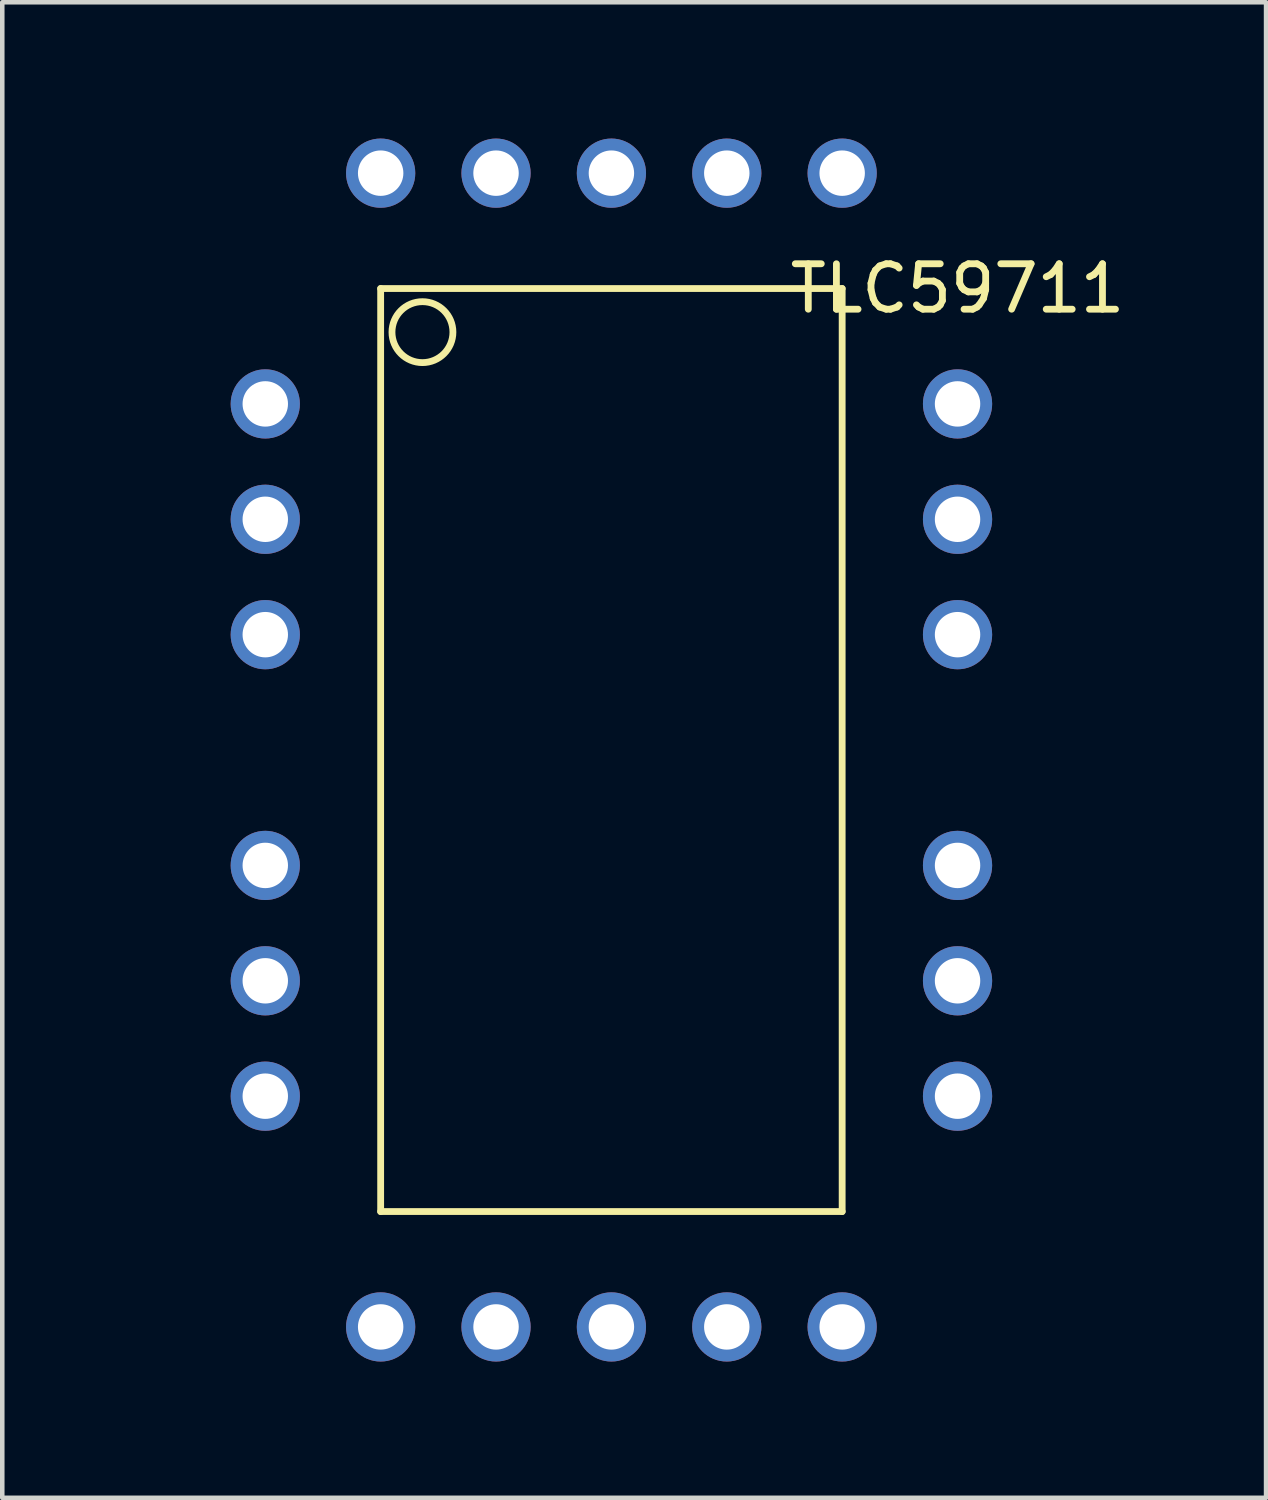
<source format=kicad_pcb>
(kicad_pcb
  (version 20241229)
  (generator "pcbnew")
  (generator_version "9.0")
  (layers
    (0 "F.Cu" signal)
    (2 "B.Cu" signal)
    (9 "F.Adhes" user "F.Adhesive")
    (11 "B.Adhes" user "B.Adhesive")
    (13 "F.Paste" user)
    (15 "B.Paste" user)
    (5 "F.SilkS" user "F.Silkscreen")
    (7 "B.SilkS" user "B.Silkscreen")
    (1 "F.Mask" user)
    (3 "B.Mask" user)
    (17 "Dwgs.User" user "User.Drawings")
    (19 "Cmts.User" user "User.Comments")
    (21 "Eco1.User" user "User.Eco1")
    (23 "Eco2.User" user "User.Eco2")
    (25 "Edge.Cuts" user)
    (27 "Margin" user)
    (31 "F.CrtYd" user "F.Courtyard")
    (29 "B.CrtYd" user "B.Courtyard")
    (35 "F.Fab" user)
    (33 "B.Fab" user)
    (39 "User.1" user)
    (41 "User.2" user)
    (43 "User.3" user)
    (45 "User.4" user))
  (footprint "TLC59711"
    (layer "F.Cu")
    (at 0.25 26.162)
    (property "Reference" "TLC59711" (at 17.78 -22.86 0) (layer "F.SilkS") (effects (font (size 1 1) (thickness 0.15))))
    (attr through_hole)
    (fp_line (start 5.08 -22.86) (end 5.08 -2.54) (stroke (width 0.15) (type solid)) (layer "F.SilkS"))
    (fp_line (start 5.08 -2.54) (end 15.24 -2.54) (stroke (width 0.15) (type solid)) (layer "F.SilkS"))
    (fp_line (start 15.24 -22.86) (end 5.08 -22.86) (stroke (width 0.15) (type solid)) (layer "F.SilkS"))
    (fp_line (start 15.24 -2.54) (end 15.24 -22.86) (stroke (width 0.15) (type solid)) (layer "F.SilkS"))
    (fp_circle (center 6 -21.9) (end 6.6 -21.6) (stroke (width 0.15) (type solid)) (fill no) (layer "F.SilkS"))
    (pad "1" thru_hole circle (at 2.54 -20.32) (size 1.524 1.524) (drill 1) (layers "*.Cu" "*.Mask"))
    (pad "2" thru_hole circle (at 2.54 -17.78) (size 1.524 1.524) (drill 1) (layers "*.Cu" "*.Mask"))
    (pad "3" thru_hole circle (at 2.54 -15.24) (size 1.524 1.524) (drill 1) (layers "*.Cu" "*.Mask"))
    (pad "4" thru_hole circle (at 2.54 -10.16) (size 1.524 1.524) (drill 1) (layers "*.Cu" "*.Mask"))
    (pad "5" thru_hole circle (at 2.54 -7.62) (size 1.524 1.524) (drill 1) (layers "*.Cu" "*.Mask"))
    (pad "6" thru_hole circle (at 2.54 -5.08) (size 1.524 1.524) (drill 1) (layers "*.Cu" "*.Mask"))
    (pad "7" thru_hole circle (at 17.78 -5.08) (size 1.524 1.524) (drill 1) (layers "*.Cu" "*.Mask"))
    (pad "8" thru_hole circle (at 17.78 -7.62) (size 1.524 1.524) (drill 1) (layers "*.Cu" "*.Mask"))
    (pad "9" thru_hole circle (at 17.78 -10.16) (size 1.524 1.524) (drill 1) (layers "*.Cu" "*.Mask"))
    (pad "10" thru_hole circle (at 17.78 -15.24) (size 1.524 1.524) (drill 1) (layers "*.Cu" "*.Mask"))
    (pad "11" thru_hole circle (at 17.78 -17.78) (size 1.524 1.524) (drill 1) (layers "*.Cu" "*.Mask"))
    (pad "12" thru_hole circle (at 17.78 -20.32) (size 1.524 1.524) (drill 1) (layers "*.Cu" "*.Mask"))
    (pad "13" thru_hole circle (at 15.24 -25.4) (size 1.524 1.524) (drill 1) (layers "*.Cu" "*.Mask"))
    (pad "14" thru_hole circle (at 12.7 -25.4) (size 1.524 1.524) (drill 1) (layers "*.Cu" "*.Mask"))
    (pad "15" thru_hole circle (at 10.16 -25.4) (size 1.524 1.524) (drill 1) (layers "*.Cu" "*.Mask"))
    (pad "16" thru_hole circle (at 7.62 -25.4) (size 1.524 1.524) (drill 1) (layers "*.Cu" "*.Mask"))
    (pad "17" thru_hole circle (at 5.08 -25.4) (size 1.524 1.524) (drill 1) (layers "*.Cu" "*.Mask"))
    (pad "18" thru_hole circle (at 15.24 0) (size 1.524 1.524) (drill 1) (layers "*.Cu" "*.Mask"))
    (pad "19" thru_hole circle (at 12.7 0) (size 1.524 1.524) (drill 1) (layers "*.Cu" "*.Mask"))
    (pad "20" thru_hole circle (at 10.16 0) (size 1.524 1.524) (drill 1) (layers "*.Cu" "*.Mask"))
    (pad "21" thru_hole circle (at 7.62 0) (size 1.524 1.524) (drill 1) (layers "*.Cu" "*.Mask"))
    (pad "22" thru_hole circle (at 5.08 0) (size 1.524 1.524) (drill 1) (layers "*.Cu" "*.Mask")))
  (gr_rect
    (start -3 -3)
    (end 24.822 29.924)
    (stroke (width 0.1) (type default))
    (fill no)
    (layer "Edge.Cuts")))
</source>
